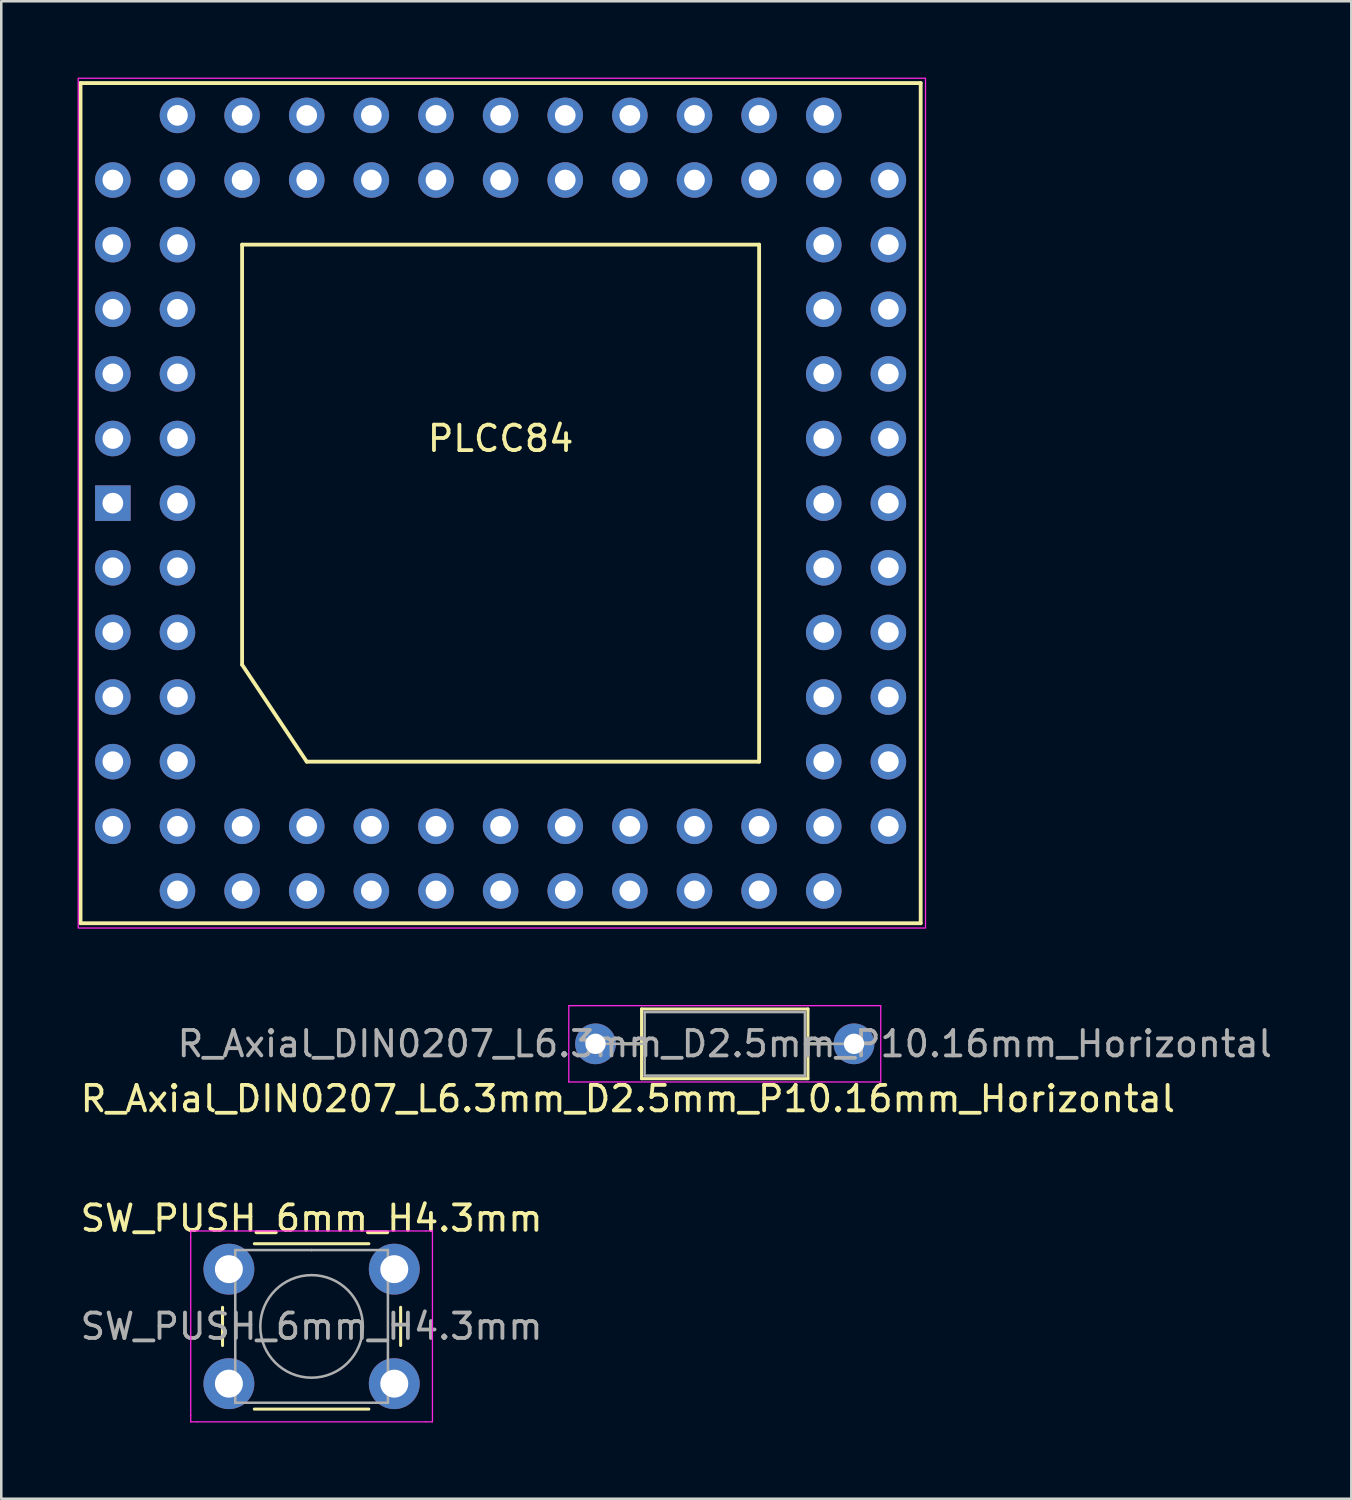
<source format=kicad_pcb>
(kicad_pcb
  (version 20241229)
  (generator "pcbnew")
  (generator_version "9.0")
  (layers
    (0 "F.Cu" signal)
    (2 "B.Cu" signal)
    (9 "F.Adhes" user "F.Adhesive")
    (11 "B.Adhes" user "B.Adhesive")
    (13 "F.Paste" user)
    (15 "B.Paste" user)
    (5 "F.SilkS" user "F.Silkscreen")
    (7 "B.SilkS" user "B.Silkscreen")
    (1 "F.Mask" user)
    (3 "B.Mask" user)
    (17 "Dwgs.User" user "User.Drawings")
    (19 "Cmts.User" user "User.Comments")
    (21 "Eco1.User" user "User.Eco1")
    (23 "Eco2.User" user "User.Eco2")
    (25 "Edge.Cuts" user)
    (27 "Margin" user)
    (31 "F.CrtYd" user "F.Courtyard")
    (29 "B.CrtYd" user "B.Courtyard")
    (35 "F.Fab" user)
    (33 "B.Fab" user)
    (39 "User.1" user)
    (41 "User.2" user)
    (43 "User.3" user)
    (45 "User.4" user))
  (footprint "SW_PUSH_6mm_H4.3mm"
    (layer "F.Cu")
    (at 5.946 46.831)
    (property "Reference" "SW_PUSH_6mm_H4.3mm" (at 3.25 -2 0) (layer "F.SilkS") (effects (font (size 1 1) (thickness 0.15))))
    (attr through_hole)
    (fp_line (start -0.25 1.5) (end -0.25 3) (stroke (width 0.12) (type solid)) (layer "F.SilkS"))
    (fp_line (start 1 5.5) (end 5.5 5.5) (stroke (width 0.12) (type solid)) (layer "F.SilkS"))
    (fp_line (start 5.5 -1) (end 1 -1) (stroke (width 0.12) (type solid)) (layer "F.SilkS"))
    (fp_line (start 6.75 3) (end 6.75 1.5) (stroke (width 0.12) (type solid)) (layer "F.SilkS"))
    (fp_line (start -1.5 -1.5) (end -1.25 -1.5) (stroke (width 0.05) (type solid)) (layer "F.CrtYd"))
    (fp_line (start -1.5 -1.25) (end -1.5 -1.5) (stroke (width 0.05) (type solid)) (layer "F.CrtYd"))
    (fp_line (start -1.5 5.75) (end -1.5 -1.25) (stroke (width 0.05) (type solid)) (layer "F.CrtYd"))
    (fp_line (start -1.5 5.75) (end -1.5 6) (stroke (width 0.05) (type solid)) (layer "F.CrtYd"))
    (fp_line (start -1.5 6) (end -1.25 6) (stroke (width 0.05) (type solid)) (layer "F.CrtYd"))
    (fp_line (start -1.25 -1.5) (end 7.75 -1.5) (stroke (width 0.05) (type solid)) (layer "F.CrtYd"))
    (fp_line (start 7.75 -1.5) (end 8 -1.5) (stroke (width 0.05) (type solid)) (layer "F.CrtYd"))
    (fp_line (start 7.75 6) (end -1.25 6) (stroke (width 0.05) (type solid)) (layer "F.CrtYd"))
    (fp_line (start 7.75 6) (end 8 6) (stroke (width 0.05) (type solid)) (layer "F.CrtYd"))
    (fp_line (start 8 -1.5) (end 8 -1.25) (stroke (width 0.05) (type solid)) (layer "F.CrtYd"))
    (fp_line (start 8 -1.25) (end 8 5.75) (stroke (width 0.05) (type solid)) (layer "F.CrtYd"))
    (fp_line (start 8 6) (end 8 5.75) (stroke (width 0.05) (type solid)) (layer "F.CrtYd"))
    (fp_line (start 0.25 -0.75) (end 3.25 -0.75) (stroke (width 0.1) (type solid)) (layer "F.Fab"))
    (fp_line (start 0.25 5.25) (end 0.25 -0.75) (stroke (width 0.1) (type solid)) (layer "F.Fab"))
    (fp_line (start 3.25 -0.75) (end 6.25 -0.75) (stroke (width 0.1) (type solid)) (layer "F.Fab"))
    (fp_line (start 6.25 -0.75) (end 6.25 5.25) (stroke (width 0.1) (type solid)) (layer "F.Fab"))
    (fp_line (start 6.25 5.25) (end 0.25 5.25) (stroke (width 0.1) (type solid)) (layer "F.Fab"))
    (fp_circle (center 3.25 2.25) (end 1.25 2.5) (stroke (width 0.1) (type solid)) (fill no) (layer "F.Fab"))
    (fp_text user "${REFERENCE}" (at 3.25 2.25 0) (layer "F.Fab") (effects (font (size 1 1) (thickness 0.15))))
    (pad "1" thru_hole circle (at 0 0 90) (size 2 2) (drill 1.1) (layers "*.Cu" "*.Mask"))
    (pad "1" thru_hole circle (at 6.5 0 90) (size 2 2) (drill 1.1) (layers "*.Cu" "*.Mask"))
    (pad "2" thru_hole circle (at 0 4.5 90) (size 2 2) (drill 1.1) (layers "*.Cu" "*.Mask"))
    (pad "2" thru_hole circle (at 6.5 4.5 90) (size 2 2) (drill 1.1) (layers "*.Cu" "*.Mask")))
  (footprint "PLCC84"
    (layer "F.Cu")
    (at 16.625 16.725)
    (property "Reference" "PLCC84" (at 0 -2.54 0) (layer "F.SilkS") (effects (font (size 1 1) (thickness 0.15))))
    (attr through_hole)
    (fp_line (start -16.51 -16.51) (end -16.51 16.51) (stroke (width 0.15) (type solid)) (layer "F.SilkS"))
    (fp_line (start -16.51 16.51) (end 16.51 16.51) (stroke (width 0.15) (type solid)) (layer "F.SilkS"))
    (fp_line (start -10.16 -10.16) (end -10.16 6.35) (stroke (width 0.15) (type solid)) (layer "F.SilkS"))
    (fp_line (start -10.16 6.35) (end -7.62 10.16) (stroke (width 0.15) (type solid)) (layer "F.SilkS"))
    (fp_line (start -7.62 10.16) (end 10.16 10.16) (stroke (width 0.15) (type solid)) (layer "F.SilkS"))
    (fp_line (start 10.16 -10.16) (end -10.16 -10.16) (stroke (width 0.15) (type solid)) (layer "F.SilkS"))
    (fp_line (start 10.16 10.16) (end 10.16 -10.16) (stroke (width 0.15) (type solid)) (layer "F.SilkS"))
    (fp_line (start 16.51 -16.51) (end -16.51 -16.51) (stroke (width 0.15) (type solid)) (layer "F.SilkS"))
    (fp_line (start 16.51 16.51) (end 16.51 -16.51) (stroke (width 0.15) (type solid)) (layer "F.SilkS"))
    (fp_rect (start -16.6 -16.7) (end 16.7 16.7) (stroke (width 0.05) (type default)) (fill no) (layer "F.CrtYd"))
    (pad "1" thru_hole rect (at -15.24 0) (size 1.397 1.397) (drill 0.813) (layers "*.Cu" "*.Mask"))
    (pad "2" thru_hole circle (at -12.7 0) (size 1.397 1.397) (drill 0.813) (layers "*.Cu" "*.Mask"))
    (pad "3" thru_hole circle (at -15.24 2.54) (size 1.397 1.397) (drill 0.813) (layers "*.Cu" "*.Mask"))
    (pad "4" thru_hole circle (at -12.7 2.54) (size 1.397 1.397) (drill 0.813) (layers "*.Cu" "*.Mask"))
    (pad "5" thru_hole circle (at -15.24 5.08) (size 1.397 1.397) (drill 0.813) (layers "*.Cu" "*.Mask"))
    (pad "6" thru_hole circle (at -12.7 5.08) (size 1.397 1.397) (drill 0.813) (layers "*.Cu" "*.Mask"))
    (pad "7" thru_hole circle (at -15.24 7.62) (size 1.397 1.397) (drill 0.813) (layers "*.Cu" "*.Mask"))
    (pad "8" thru_hole circle (at -12.7 7.62) (size 1.397 1.397) (drill 0.813) (layers "*.Cu" "*.Mask"))
    (pad "9" thru_hole circle (at -15.24 10.16) (size 1.397 1.397) (drill 0.813) (layers "*.Cu" "*.Mask"))
    (pad "10" thru_hole circle (at -12.7 10.16) (size 1.397 1.397) (drill 0.813) (layers "*.Cu" "*.Mask"))
    (pad "11" thru_hole circle (at -15.24 12.7) (size 1.397 1.397) (drill 0.813) (layers "*.Cu" "*.Mask"))
    (pad "12" thru_hole circle (at -12.7 15.24) (size 1.397 1.397) (drill 0.813) (layers "*.Cu" "*.Mask"))
    (pad "13" thru_hole circle (at -12.7 12.7) (size 1.397 1.397) (drill 0.813) (layers "*.Cu" "*.Mask"))
    (pad "14" thru_hole circle (at -10.16 15.24) (size 1.397 1.397) (drill 0.813) (layers "*.Cu" "*.Mask"))
    (pad "15" thru_hole circle (at -10.16 12.7) (size 1.397 1.397) (drill 0.813) (layers "*.Cu" "*.Mask"))
    (pad "16" thru_hole circle (at -7.62 15.24) (size 1.397 1.397) (drill 0.813) (layers "*.Cu" "*.Mask"))
    (pad "17" thru_hole circle (at -7.62 12.7) (size 1.397 1.397) (drill 0.813) (layers "*.Cu" "*.Mask"))
    (pad "18" thru_hole circle (at -5.08 15.24) (size 1.397 1.397) (drill 0.813) (layers "*.Cu" "*.Mask"))
    (pad "19" thru_hole circle (at -5.08 12.7) (size 1.397 1.397) (drill 0.813) (layers "*.Cu" "*.Mask"))
    (pad "20" thru_hole circle (at -2.54 15.24) (size 1.397 1.397) (drill 0.813) (layers "*.Cu" "*.Mask"))
    (pad "21" thru_hole circle (at -2.54 12.7) (size 1.397 1.397) (drill 0.813) (layers "*.Cu" "*.Mask"))
    (pad "22" thru_hole circle (at 0 15.24) (size 1.397 1.397) (drill 0.813) (layers "*.Cu" "*.Mask"))
    (pad "23" thru_hole circle (at 0 12.7) (size 1.397 1.397) (drill 0.813) (layers "*.Cu" "*.Mask"))
    (pad "24" thru_hole circle (at 2.54 15.24) (size 1.397 1.397) (drill 0.813) (layers "*.Cu" "*.Mask"))
    (pad "25" thru_hole circle (at 2.54 12.7) (size 1.397 1.397) (drill 0.813) (layers "*.Cu" "*.Mask"))
    (pad "26" thru_hole circle (at 5.08 15.24) (size 1.397 1.397) (drill 0.813) (layers "*.Cu" "*.Mask"))
    (pad "27" thru_hole circle (at 5.08 12.7) (size 1.397 1.397) (drill 0.813) (layers "*.Cu" "*.Mask"))
    (pad "28" thru_hole circle (at 7.62 15.24) (size 1.397 1.397) (drill 0.813) (layers "*.Cu" "*.Mask"))
    (pad "29" thru_hole circle (at 7.62 12.7) (size 1.397 1.397) (drill 0.813) (layers "*.Cu" "*.Mask"))
    (pad "30" thru_hole circle (at 10.16 15.24) (size 1.397 1.397) (drill 0.813) (layers "*.Cu" "*.Mask"))
    (pad "31" thru_hole circle (at 10.16 12.7) (size 1.397 1.397) (drill 0.813) (layers "*.Cu" "*.Mask"))
    (pad "32" thru_hole circle (at 12.7 15.24) (size 1.397 1.397) (drill 0.813) (layers "*.Cu" "*.Mask"))
    (pad "33" thru_hole circle (at 15.24 12.7) (size 1.397 1.397) (drill 0.813) (layers "*.Cu" "*.Mask"))
    (pad "34" thru_hole circle (at 12.7 12.7) (size 1.397 1.397) (drill 0.813) (layers "*.Cu" "*.Mask"))
    (pad "35" thru_hole circle (at 15.24 10.16) (size 1.397 1.397) (drill 0.813) (layers "*.Cu" "*.Mask"))
    (pad "36" thru_hole circle (at 12.7 10.16) (size 1.397 1.397) (drill 0.813) (layers "*.Cu" "*.Mask"))
    (pad "37" thru_hole circle (at 15.24 7.62) (size 1.397 1.397) (drill 0.813) (layers "*.Cu" "*.Mask"))
    (pad "38" thru_hole circle (at 12.7 7.62) (size 1.397 1.397) (drill 0.813) (layers "*.Cu" "*.Mask"))
    (pad "39" thru_hole circle (at 15.24 5.08) (size 1.397 1.397) (drill 0.813) (layers "*.Cu" "*.Mask"))
    (pad "40" thru_hole circle (at 12.7 5.08) (size 1.397 1.397) (drill 0.813) (layers "*.Cu" "*.Mask"))
    (pad "41" thru_hole circle (at 15.24 2.54) (size 1.397 1.397) (drill 0.813) (layers "*.Cu" "*.Mask"))
    (pad "42" thru_hole circle (at 12.7 2.54) (size 1.397 1.397) (drill 0.813) (layers "*.Cu" "*.Mask"))
    (pad "43" thru_hole circle (at 15.24 0) (size 1.397 1.397) (drill 0.813) (layers "*.Cu" "*.Mask"))
    (pad "44" thru_hole circle (at 12.7 0) (size 1.397 1.397) (drill 0.813) (layers "*.Cu" "*.Mask"))
    (pad "45" thru_hole circle (at 15.24 -2.54) (size 1.397 1.397) (drill 0.813) (layers "*.Cu" "*.Mask"))
    (pad "46" thru_hole circle (at 12.7 -2.54) (size 1.397 1.397) (drill 0.813) (layers "*.Cu" "*.Mask"))
    (pad "47" thru_hole circle (at 15.24 -5.08) (size 1.397 1.397) (drill 0.813) (layers "*.Cu" "*.Mask"))
    (pad "48" thru_hole circle (at 12.7 -5.08) (size 1.397 1.397) (drill 0.813) (layers "*.Cu" "*.Mask"))
    (pad "49" thru_hole circle (at 15.24 -7.62) (size 1.397 1.397) (drill 0.813) (layers "*.Cu" "*.Mask"))
    (pad "50" thru_hole circle (at 12.7 -7.62) (size 1.397 1.397) (drill 0.813) (layers "*.Cu" "*.Mask"))
    (pad "51" thru_hole circle (at 15.24 -10.16) (size 1.397 1.397) (drill 0.813) (layers "*.Cu" "*.Mask"))
    (pad "52" thru_hole circle (at 12.7 -10.16) (size 1.397 1.397) (drill 0.813) (layers "*.Cu" "*.Mask"))
    (pad "53" thru_hole circle (at 15.24 -12.7) (size 1.397 1.397) (drill 0.813) (layers "*.Cu" "*.Mask"))
    (pad "54" thru_hole circle (at 12.7 -15.24) (size 1.397 1.397) (drill 0.813) (layers "*.Cu" "*.Mask"))
    (pad "55" thru_hole circle (at 12.7 -12.7) (size 1.397 1.397) (drill 0.813) (layers "*.Cu" "*.Mask"))
    (pad "56" thru_hole circle (at 10.16 -15.24) (size 1.397 1.397) (drill 0.813) (layers "*.Cu" "*.Mask"))
    (pad "57" thru_hole circle (at 10.16 -12.7) (size 1.397 1.397) (drill 0.813) (layers "*.Cu" "*.Mask"))
    (pad "58" thru_hole circle (at 7.62 -15.24) (size 1.397 1.397) (drill 0.813) (layers "*.Cu" "*.Mask"))
    (pad "59" thru_hole circle (at 7.62 -12.7) (size 1.397 1.397) (drill 0.813) (layers "*.Cu" "*.Mask"))
    (pad "60" thru_hole circle (at 5.08 -15.24) (size 1.397 1.397) (drill 0.813) (layers "*.Cu" "*.Mask"))
    (pad "61" thru_hole circle (at 5.08 -12.7) (size 1.397 1.397) (drill 0.813) (layers "*.Cu" "*.Mask"))
    (pad "62" thru_hole circle (at 2.54 -15.24) (size 1.397 1.397) (drill 0.813) (layers "*.Cu" "*.Mask"))
    (pad "63" thru_hole circle (at 2.54 -12.7) (size 1.397 1.397) (drill 0.813) (layers "*.Cu" "*.Mask"))
    (pad "64" thru_hole circle (at 0 -15.24) (size 1.397 1.397) (drill 0.813) (layers "*.Cu" "*.Mask"))
    (pad "65" thru_hole circle (at 0 -12.7) (size 1.397 1.397) (drill 0.813) (layers "*.Cu" "*.Mask"))
    (pad "66" thru_hole circle (at -2.54 -15.24) (size 1.397 1.397) (drill 0.813) (layers "*.Cu" "*.Mask"))
    (pad "67" thru_hole circle (at -2.54 -12.7) (size 1.397 1.397) (drill 0.813) (layers "*.Cu" "*.Mask"))
    (pad "68" thru_hole circle (at -5.08 -15.24) (size 1.397 1.397) (drill 0.813) (layers "*.Cu" "*.Mask"))
    (pad "69" thru_hole circle (at -5.08 -12.7) (size 1.397 1.397) (drill 0.813) (layers "*.Cu" "*.Mask"))
    (pad "70" thru_hole circle (at -7.62 -15.24) (size 1.397 1.397) (drill 0.813) (layers "*.Cu" "*.Mask"))
    (pad "71" thru_hole circle (at -7.62 -12.7) (size 1.397 1.397) (drill 0.813) (layers "*.Cu" "*.Mask"))
    (pad "72" thru_hole circle (at -10.16 -15.24) (size 1.397 1.397) (drill 0.813) (layers "*.Cu" "*.Mask"))
    (pad "73" thru_hole circle (at -10.16 -12.7) (size 1.397 1.397) (drill 0.813) (layers "*.Cu" "*.Mask"))
    (pad "74" thru_hole circle (at -12.7 -15.24) (size 1.397 1.397) (drill 0.813) (layers "*.Cu" "*.Mask"))
    (pad "75" thru_hole circle (at -15.24 -12.7) (size 1.397 1.397) (drill 0.813) (layers "*.Cu" "*.Mask"))
    (pad "76" thru_hole circle (at -12.7 -12.7) (size 1.397 1.397) (drill 0.813) (layers "*.Cu" "*.Mask"))
    (pad "77" thru_hole circle (at -15.24 -10.16) (size 1.397 1.397) (drill 0.813) (layers "*.Cu" "*.Mask"))
    (pad "78" thru_hole circle (at -12.7 -10.16) (size 1.397 1.397) (drill 0.813) (layers "*.Cu" "*.Mask"))
    (pad "79" thru_hole circle (at -15.24 -7.62) (size 1.397 1.397) (drill 0.813) (layers "*.Cu" "*.Mask"))
    (pad "80" thru_hole circle (at -12.7 -7.62) (size 1.397 1.397) (drill 0.813) (layers "*.Cu" "*.Mask"))
    (pad "81" thru_hole circle (at -15.24 -5.08) (size 1.397 1.397) (drill 0.813) (layers "*.Cu" "*.Mask"))
    (pad "82" thru_hole circle (at -12.7 -5.08) (size 1.397 1.397) (drill 0.813) (layers "*.Cu" "*.Mask"))
    (pad "83" thru_hole circle (at -15.24 -2.54) (size 1.397 1.397) (drill 0.813) (layers "*.Cu" "*.Mask"))
    (pad "84" thru_hole circle (at -12.7 -2.54) (size 1.397 1.397) (drill 0.813) (layers "*.Cu" "*.Mask")))
  (footprint "R_Axial_DIN0207_L6.3mm_D2.5mm_P10.16mm_Horizontal"
    (layer "F.Cu")
    (at 20.355 37.975)
    (property "Reference" "R_Axial_DIN0207_L6.3mm_D2.5mm_P10.16mm_Horizontal" (at 1.27 2.159 0) (layer "F.SilkS") (effects (font (size 1 1) (thickness 0.15))))
    (attr through_hole)
    (fp_line (start 1.04 0) (end 1.81 0) (stroke (width 0.12) (type solid)) (layer "F.SilkS"))
    (fp_line (start 1.81 -1.37) (end 1.81 1.37) (stroke (width 0.12) (type solid)) (layer "F.SilkS"))
    (fp_line (start 1.81 1.37) (end 8.35 1.37) (stroke (width 0.12) (type solid)) (layer "F.SilkS"))
    (fp_line (start 8.35 -1.37) (end 1.81 -1.37) (stroke (width 0.12) (type solid)) (layer "F.SilkS"))
    (fp_line (start 8.35 1.37) (end 8.35 -1.37) (stroke (width 0.12) (type solid)) (layer "F.SilkS"))
    (fp_line (start 9.12 0) (end 8.35 0) (stroke (width 0.12) (type solid)) (layer "F.SilkS"))
    (fp_line (start -1.05 -1.5) (end -1.05 1.5) (stroke (width 0.05) (type solid)) (layer "F.CrtYd"))
    (fp_line (start -1.05 1.5) (end 11.21 1.5) (stroke (width 0.05) (type solid)) (layer "F.CrtYd"))
    (fp_line (start 11.21 -1.5) (end -1.05 -1.5) (stroke (width 0.05) (type solid)) (layer "F.CrtYd"))
    (fp_line (start 11.21 1.5) (end 11.21 -1.5) (stroke (width 0.05) (type solid)) (layer "F.CrtYd"))
    (fp_line (start 0 0) (end 1.93 0) (stroke (width 0.1) (type solid)) (layer "F.Fab"))
    (fp_line (start 1.93 -1.25) (end 1.93 1.25) (stroke (width 0.1) (type solid)) (layer "F.Fab"))
    (fp_line (start 1.93 1.25) (end 8.23 1.25) (stroke (width 0.1) (type solid)) (layer "F.Fab"))
    (fp_line (start 8.23 -1.25) (end 1.93 -1.25) (stroke (width 0.1) (type solid)) (layer "F.Fab"))
    (fp_line (start 8.23 1.25) (end 8.23 -1.25) (stroke (width 0.1) (type solid)) (layer "F.Fab"))
    (fp_line (start 10.16 0) (end 8.23 0) (stroke (width 0.1) (type solid)) (layer "F.Fab"))
    (fp_text user "${REFERENCE}" (at 5.08 0 0) (layer "F.Fab") (effects (font (size 1 1) (thickness 0.15))))
    (pad "1" thru_hole circle (at 0 0) (size 1.6 1.6) (drill 0.8) (layers "*.Cu" "*.Mask"))
    (pad "2" thru_hole oval (at 10.16 0) (size 1.6 1.6) (drill 0.8) (layers "*.Cu" "*.Mask")))
  (gr_rect
    (start -3 -3)
    (end 50.06 55.855)
    (stroke (width 0.1) (type default))
    (fill no)
    (layer "Edge.Cuts")))
</source>
